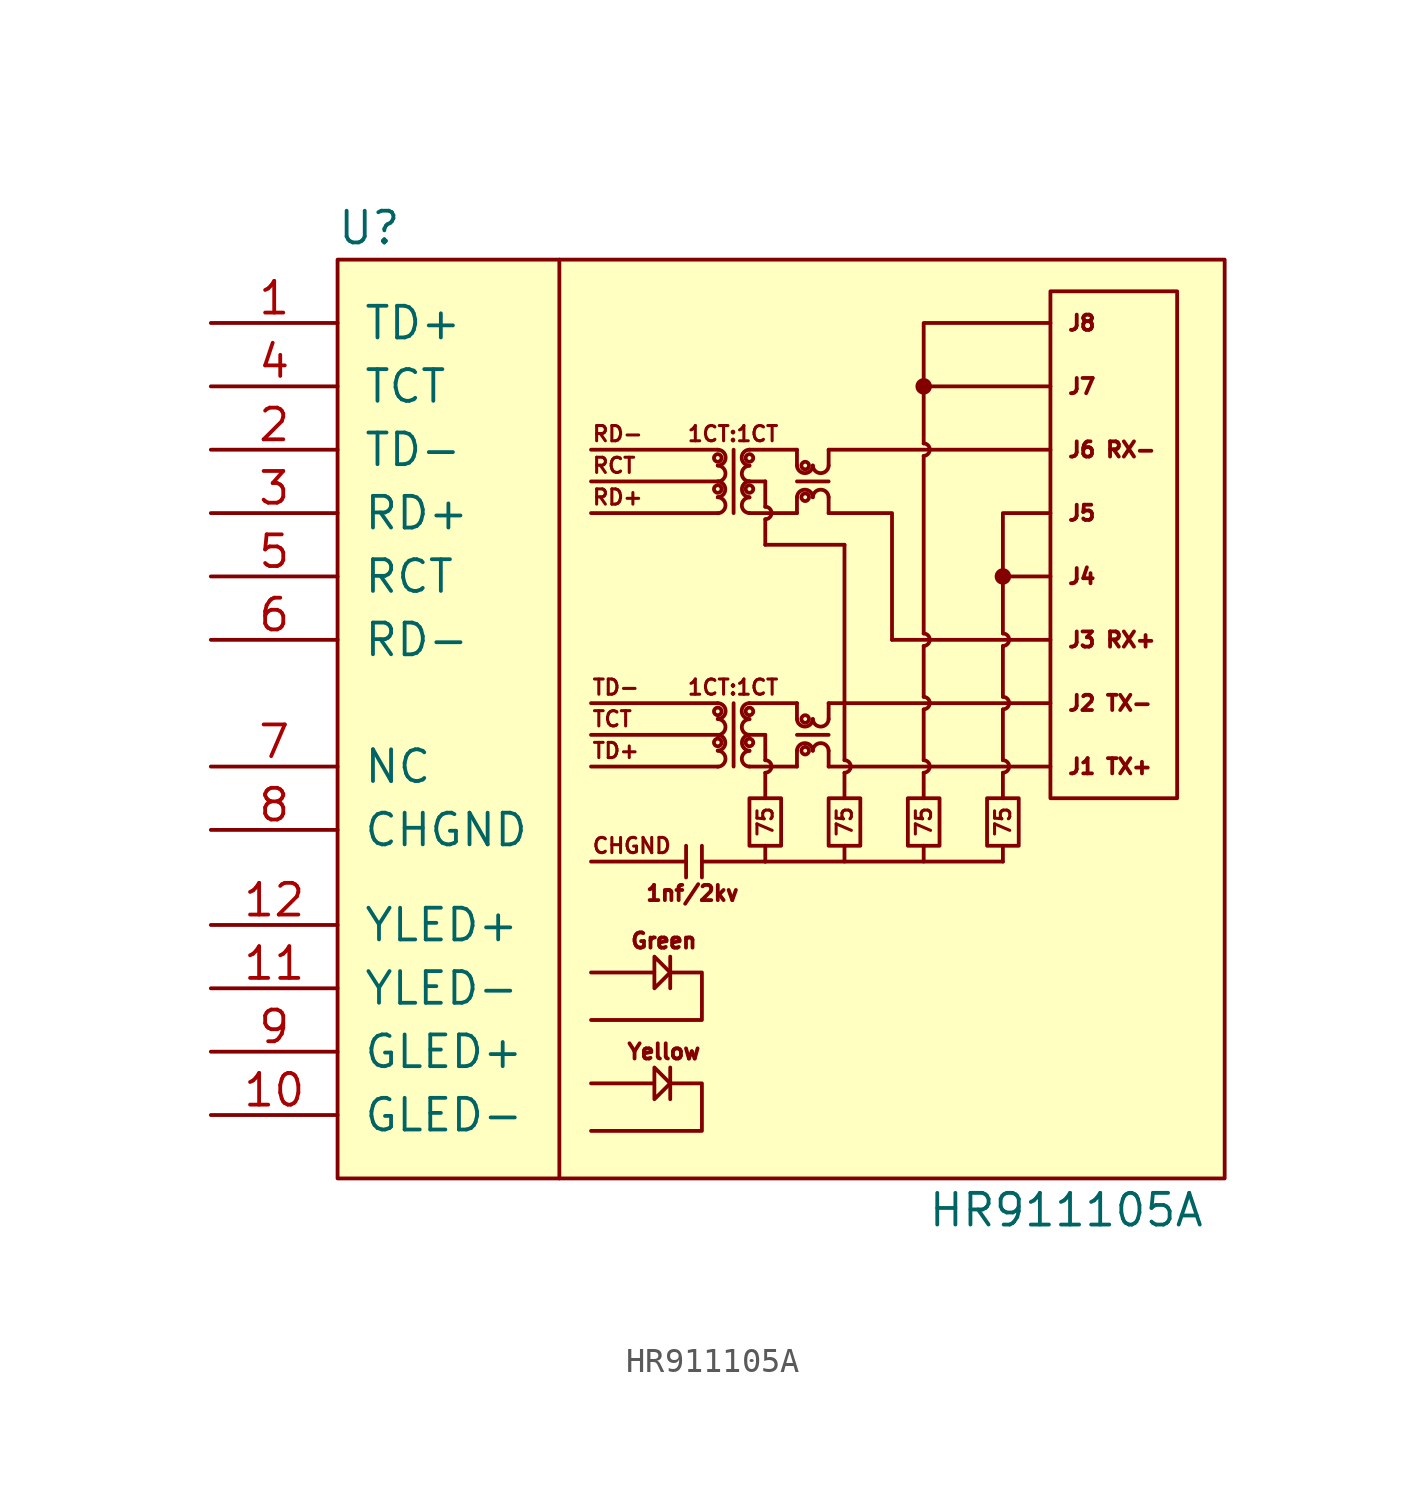
<source format=kicad_sym>
(kicad_symbol_lib
  (version 20211014)
  (generator kicad_symbol_editor)
  (symbol "HR911105A"
    (pin_names
      (offset 1.016))
    (property "Reference" "U"
      (at 1.27 1.27 0)
      (effects (font (size 1.27 1.27))))
    (property "Value" "HR911105A"
      (at 29.21 -38.1 0)
      (effects (font (size 1.27 1.27))))
    (symbol "HR911105A_0_0"
      (polyline (pts (xy 19.685 -20.32) (xy 28.575 -20.32)) (stroke (width 0) (type default) (color 0 0 0 0)) (fill (type none)))
      (polyline (pts (xy 20.32 -11.43) (xy 17.145 -11.43)) (stroke (width 0) (type default) (color 0 0 0 0)) (fill (type none)))
      (polyline (pts (xy 23.495 -18.034) (xy 23.495 -20.066)) (stroke (width 0) (type default) (color 0 0 0 0)) (fill (type none)))
      (polyline (pts (xy 23.495 -17.526) (xy 23.495 -15.494)) (stroke (width 0) (type default) (color 0 0 0 0)) (fill (type none)))
      (polyline (pts (xy 23.495 -14.986) (xy 23.495 -7.874)) (stroke (width 0) (type default) (color 0 0 0 0)) (fill (type none)))
      (polyline (pts (xy 26.67 -20.066) (xy 26.67 -18.034)) (stroke (width 0) (type default) (color 0 0 0 0)) (fill (type none)))
      (polyline (pts (xy 26.67 -17.526) (xy 26.67 -15.494)) (stroke (width 0) (type default) (color 0 0 0 0)) (fill (type none)))
      (polyline (pts (xy 26.67 -14.986) (xy 26.67 -12.7)) (stroke (width 0) (type default) (color 0 0 0 0)) (fill (type none)))
      (polyline (pts (xy 28.575 -15.24) (xy 22.225 -15.24)) (stroke (width 0) (type default) (color 0 0 0 0)) (fill (type none)))
      (polyline (pts (xy 28.575 -12.7) (xy 26.67 -12.7)) (stroke (width 0) (type default) (color 0 0 0 0)) (fill (type none)))
      (polyline (pts (xy 22.225 -15.24) (xy 22.225 -10.16) (xy 19.685 -10.16)) (stroke (width 0) (type default) (color 0 0 0 0)) (fill (type none)))
      (polyline (pts (xy 23.495 -7.366) (xy 23.495 -5.08) (xy 28.575 -5.08)) (stroke (width 0) (type default) (color 0 0 0 0)) (fill (type none)))
      (polyline (pts (xy 28.575 -10.16) (xy 26.67 -10.16) (xy 26.67 -12.7)) (stroke (width 0) (type default) (color 0 0 0 0)) (fill (type none)))
      (polyline (pts (xy 28.575 -2.54) (xy 23.495 -2.54) (xy 23.495 -5.08)) (stroke (width 0) (type default) (color 0 0 0 0)) (fill (type none)))
      (circle (center 23.495 -5.08) (radius 0.254) (stroke (width 0) (type default) (color 0 0 0 0)) (fill (type outline)))
      (circle (center 26.67 -12.7) (radius 0.254) (stroke (width 0) (type default) (color 0 0 0 0)) (fill (type outline)))
      (rectangle (start 28.575 -1.27) (end 33.655 -21.59) (stroke (width 0) (type default) (color 0 0 0 0)) (fill (type none)))
      (rectangle (start 35.56 0) (end 0 -36.83) (stroke (width 0) (type default) (color 0 0 0 0)) (fill (type background)))
      (text "1nf/2kv" (at 14.224 -25.4 0) (effects (font (size 0.61 0.61))))
      (text "75" (at 17.145 -22.53 900) (effects (font (size 0.61 0.61) bold)))
      (text "75" (at 20.32 -22.53 900) (effects (font (size 0.61 0.61) bold)))
      (text "75" (at 23.495 -22.53 900) (effects (font (size 0.61 0.61) bold)))
      (text "75" (at 26.67 -22.53 900) (effects (font (size 0.61 0.61) bold)))
      (text "Green" (at 13.081 -27.305 0) (effects (font (size 0.61 0.61))))
      (text "J1 TX+" (at 29.21 -20.32 0) (effects (font (size 0.61 0.61)) (justify left)))
      (text "J2 TX-" (at 29.21 -17.78 0) (effects (font (size 0.61 0.61)) (justify left)))
      (text "J3 RX+" (at 29.21 -15.24 0) (effects (font (size 0.61 0.61)) (justify left)))
      (text "J4" (at 29.21 -12.7 0) (effects (font (size 0.61 0.61)) (justify left)))
      (text "J5" (at 29.21 -10.16 0) (effects (font (size 0.61 0.61)) (justify left)))
      (text "J6 RX-" (at 29.21 -7.62 0) (effects (font (size 0.61 0.61)) (justify left)))
      (text "J7" (at 29.21 -5.08 0) (effects (font (size 0.61 0.61)) (justify left)))
      (text "J8" (at 29.21 -2.54 0) (effects (font (size 0.61 0.61)) (justify left)))
      (text "RD-" (at 10.16 -6.985 0) (effects (font (size 0.61 0.61) bold) (justify left)))
      (text "Yellow" (at 13.081 -31.75 0) (effects (font (size 0.61 0.61)))))
    (symbol "HR911105A_0_1"
      (polyline (pts (xy 8.89 -36.83) (xy 8.89 0)) (stroke (width 0) (type default) (color 0 0 0 0)) (fill (type none)))
      (polyline (pts (xy 10.16 -24.13) (xy 13.97 -24.13)) (stroke (width 0) (type default) (color 0 0 0 0)) (fill (type none)))
      (polyline (pts (xy 13.97 -23.495) (xy 13.97 -24.765)) (stroke (width 0) (type default) (color 0 0 0 0)) (fill (type none)))
      (polyline (pts (xy 14.605 -24.765) (xy 14.605 -23.495)) (stroke (width 0) (type default) (color 0 0 0 0)) (fill (type none)))
      (polyline (pts (xy 14.605 -24.13) (xy 17.145 -24.13)) (stroke (width 0) (type default) (color 0 0 0 0)) (fill (type none)))
      (polyline (pts (xy 15.24 -20.32) (xy 10.16 -20.32)) (stroke (width 0) (type default) (color 0 0 0 0)) (fill (type none)))
      (polyline (pts (xy 15.24 -19.05) (xy 10.16 -19.05)) (stroke (width 0) (type default) (color 0 0 0 0)) (fill (type none)))
      (polyline (pts (xy 15.24 -17.78) (xy 10.16 -17.78)) (stroke (width 0) (type default) (color 0 0 0 0)) (fill (type none)))
      (polyline (pts (xy 15.24 -10.16) (xy 10.16 -10.16)) (stroke (width 0) (type default) (color 0 0 0 0)) (fill (type none)))
      (polyline (pts (xy 15.24 -8.89) (xy 10.16 -8.89)) (stroke (width 0) (type default) (color 0 0 0 0)) (fill (type none)))
      (polyline (pts (xy 15.24 -7.62) (xy 10.16 -7.62)) (stroke (width 0) (type default) (color 0 0 0 0)) (fill (type none)))
      (polyline (pts (xy 15.875 -17.78) (xy 15.875 -20.32)) (stroke (width 0) (type default) (color 0 0 0 0)) (fill (type none)))
      (polyline (pts (xy 15.875 -7.62) (xy 15.875 -10.16)) (stroke (width 0) (type default) (color 0 0 0 0)) (fill (type none)))
      (polyline (pts (xy 16.51 -20.32) (xy 18.415 -20.32)) (stroke (width 0) (type default) (color 0 0 0 0)) (fill (type none)))
      (polyline (pts (xy 16.51 -19.05) (xy 17.145 -19.05)) (stroke (width 0) (type default) (color 0 0 0 0)) (fill (type none)))
      (polyline (pts (xy 16.51 -17.78) (xy 18.415 -17.78)) (stroke (width 0) (type default) (color 0 0 0 0)) (fill (type none)))
      (polyline (pts (xy 16.51 -10.16) (xy 18.415 -10.16)) (stroke (width 0) (type default) (color 0 0 0 0)) (fill (type none)))
      (polyline (pts (xy 16.51 -8.89) (xy 17.145 -8.89)) (stroke (width 0) (type default) (color 0 0 0 0)) (fill (type none)))
      (polyline (pts (xy 16.51 -7.62) (xy 18.415 -7.62)) (stroke (width 0) (type default) (color 0 0 0 0)) (fill (type none)))
      (polyline (pts (xy 17.145 -24.13) (xy 17.145 -23.495)) (stroke (width 0) (type default) (color 0 0 0 0)) (fill (type none)))
      (polyline (pts (xy 17.145 -24.13) (xy 26.67 -24.13)) (stroke (width 0) (type default) (color 0 0 0 0)) (fill (type none)))
      (polyline (pts (xy 17.145 -20.574) (xy 17.145 -21.59)) (stroke (width 0) (type default) (color 0 0 0 0)) (fill (type none)))
      (polyline (pts (xy 17.145 -20.066) (xy 17.145 -19.05)) (stroke (width 0) (type default) (color 0 0 0 0)) (fill (type none)))
      (polyline (pts (xy 17.145 -10.414) (xy 17.145 -11.43)) (stroke (width 0) (type default) (color 0 0 0 0)) (fill (type none)))
      (polyline (pts (xy 17.145 -9.906) (xy 17.145 -8.89)) (stroke (width 0) (type default) (color 0 0 0 0)) (fill (type none)))
      (polyline (pts (xy 20.32 -24.13) (xy 20.32 -23.495)) (stroke (width 0) (type default) (color 0 0 0 0)) (fill (type none)))
      (polyline (pts (xy 20.32 -20.574) (xy 20.32 -21.59)) (stroke (width 0) (type default) (color 0 0 0 0)) (fill (type none)))
      (polyline (pts (xy 20.32 -20.066) (xy 20.32 -11.43)) (stroke (width 0) (type default) (color 0 0 0 0)) (fill (type none)))
      (polyline (pts (xy 23.495 -24.13) (xy 23.495 -23.495)) (stroke (width 0) (type default) (color 0 0 0 0)) (fill (type none)))
      (polyline (pts (xy 23.495 -20.574) (xy 23.495 -21.59)) (stroke (width 0) (type default) (color 0 0 0 0)) (fill (type none)))
      (polyline (pts (xy 26.67 -24.13) (xy 26.67 -23.495)) (stroke (width 0) (type default) (color 0 0 0 0)) (fill (type none)))
      (polyline (pts (xy 26.67 -20.574) (xy 26.67 -21.59)) (stroke (width 0) (type default) (color 0 0 0 0)) (fill (type none)))
      (polyline (pts (xy 16.51 -23.495) (xy 17.78 -23.495) (xy 17.78 -21.59) (xy 16.51 -21.59) (xy 16.51 -23.495)) (stroke (width 0) (type default) (color 0 0 0 0)) (fill (type none)))
      (polyline (pts (xy 19.685 -23.495) (xy 20.955 -23.495) (xy 20.955 -21.59) (xy 19.685 -21.59) (xy 19.685 -23.495)) (stroke (width 0) (type default) (color 0 0 0 0)) (fill (type none)))
      (polyline (pts (xy 22.86 -23.495) (xy 24.13 -23.495) (xy 24.13 -21.59) (xy 22.86 -21.59) (xy 22.86 -23.495)) (stroke (width 0) (type default) (color 0 0 0 0)) (fill (type none)))
      (polyline (pts (xy 26.035 -23.495) (xy 27.305 -23.495) (xy 27.305 -21.59) (xy 26.035 -21.59) (xy 26.035 -23.495)) (stroke (width 0) (type default) (color 0 0 0 0)) (fill (type none)))
      (arc (start 15.24 -20.32) (mid 15.5705 -20.0025) (end 15.24 -19.685) (stroke (width 0) (type default) (color 0 0 0 0)) (fill (type none)))
      (arc (start 15.24 -19.685) (mid 15.5705 -19.3675) (end 15.24 -19.05) (stroke (width 0) (type default) (color 0 0 0 0)) (fill (type none)))
      (arc (start 15.24 -19.05) (mid 15.5451 -18.7325) (end 15.24 -18.415) (stroke (width 0) (type default) (color 0 0 0 0)) (fill (type none)))
      (arc (start 15.24 -18.415) (mid 15.5451 -18.0975) (end 15.24 -17.78) (stroke (width 0) (type default) (color 0 0 0 0)) (fill (type none)))
      (arc (start 15.24 -10.16) (mid 15.5705 -9.8425) (end 15.24 -9.525) (stroke (width 0) (type default) (color 0 0 0 0)) (fill (type none)))
      (arc (start 15.24 -9.525) (mid 15.5705 -9.2075) (end 15.24 -8.89) (stroke (width 0) (type default) (color 0 0 0 0)) (fill (type none)))
      (arc (start 15.24 -8.89) (mid 15.5451 -8.5725) (end 15.24 -8.255) (stroke (width 0) (type default) (color 0 0 0 0)) (fill (type none)))
      (arc (start 15.24 -8.255) (mid 15.5451 -7.9375) (end 15.24 -7.62) (stroke (width 0) (type default) (color 0 0 0 0)) (fill (type none)))
      (arc (start 16.51 -19.685) (mid 16.2049 -20.0025) (end 16.51 -20.32) (stroke (width 0) (type default) (color 0 0 0 0)) (fill (type none)))
      (arc (start 16.51 -19.05) (mid 16.2049 -19.3675) (end 16.51 -19.685) (stroke (width 0) (type default) (color 0 0 0 0)) (fill (type none)))
      (arc (start 16.51 -18.415) (mid 16.1795 -18.7325) (end 16.51 -19.05) (stroke (width 0) (type default) (color 0 0 0 0)) (fill (type none)))
      (circle (center 16.51 -18.11) (radius 0.076) (stroke (width 0) (type default) (color 0 0 0 0)) (fill (type none)))
      (arc (start 16.51 -17.78) (mid 16.1795 -18.0975) (end 16.51 -18.415) (stroke (width 0) (type default) (color 0 0 0 0)) (fill (type none)))
      (arc (start 16.51 -9.525) (mid 16.2049 -9.8425) (end 16.51 -10.16) (stroke (width 0) (type default) (color 0 0 0 0)) (fill (type none)))
      (arc (start 16.51 -8.89) (mid 16.2049 -9.2075) (end 16.51 -9.525) (stroke (width 0) (type default) (color 0 0 0 0)) (fill (type none)))
      (arc (start 16.51 -8.255) (mid 16.1795 -8.5725) (end 16.51 -8.89) (stroke (width 0) (type default) (color 0 0 0 0)) (fill (type none)))
      (circle (center 16.51 -7.95) (radius 0.076) (stroke (width 0) (type default) (color 0 0 0 0)) (fill (type none)))
      (arc (start 16.51 -7.62) (mid 16.1795 -7.9375) (end 16.51 -8.255) (stroke (width 0) (type default) (color 0 0 0 0)) (fill (type none)))
      (arc (start 17.145 -20.574) (mid 17.399 -20.32) (end 17.145 -20.066) (stroke (width 0) (type default) (color 0 0 0 0)) (fill (type none)))
      (arc (start 17.145 -10.414) (mid 17.399 -10.16) (end 17.145 -9.906) (stroke (width 0) (type default) (color 0 0 0 0)) (fill (type none)))
      (arc (start 20.32 -20.574) (mid 20.574 -20.32) (end 20.32 -20.066) (stroke (width 0) (type default) (color 0 0 0 0)) (fill (type none)))
      (arc (start 23.495 -20.574) (mid 23.749 -20.32) (end 23.495 -20.066) (stroke (width 0) (type default) (color 0 0 0 0)) (fill (type none)))
      (arc (start 23.495 -18.034) (mid 23.749 -17.78) (end 23.495 -17.526) (stroke (width 0) (type default) (color 0 0 0 0)) (fill (type none)))
      (arc (start 23.495 -15.494) (mid 23.749 -15.24) (end 23.495 -14.986) (stroke (width 0) (type default) (color 0 0 0 0)) (fill (type none)))
      (arc (start 23.495 -7.874) (mid 23.749 -7.62) (end 23.495 -7.366) (stroke (width 0) (type default) (color 0 0 0 0)) (fill (type none)))
      (arc (start 26.67 -20.574) (mid 26.924 -20.32) (end 26.67 -20.066) (stroke (width 0) (type default) (color 0 0 0 0)) (fill (type none)))
      (arc (start 26.67 -18.034) (mid 26.924 -17.78) (end 26.67 -17.526) (stroke (width 0) (type default) (color 0 0 0 0)) (fill (type none)))
      (arc (start 26.67 -15.494) (mid 26.924 -15.24) (end 26.67 -14.986) (stroke (width 0) (type default) (color 0 0 0 0)) (fill (type none))))
    (symbol "HR911105A_1_1"
      (polyline (pts (xy 13.335 -32.385) (xy 13.335 -33.655)) (stroke (width 0) (type default) (color 0 0 0 0)) (fill (type none)))
      (polyline (pts (xy 13.335 -27.94) (xy 13.335 -29.21)) (stroke (width 0) (type default) (color 0 0 0 0)) (fill (type none)))
      (polyline (pts (xy 18.415 -19.685) (xy 18.415 -20.32)) (stroke (width 0) (type default) (color 0 0 0 0)) (fill (type none)))
      (polyline (pts (xy 18.415 -19.05) (xy 19.685 -19.05)) (stroke (width 0) (type default) (color 0 0 0 0)) (fill (type none)))
      (polyline (pts (xy 18.415 -18.415) (xy 18.415 -17.78)) (stroke (width 0) (type default) (color 0 0 0 0)) (fill (type none)))
      (polyline (pts (xy 18.415 -9.525) (xy 18.415 -10.16)) (stroke (width 0) (type default) (color 0 0 0 0)) (fill (type none)))
      (polyline (pts (xy 18.415 -8.89) (xy 19.685 -8.89)) (stroke (width 0) (type default) (color 0 0 0 0)) (fill (type none)))
      (polyline (pts (xy 18.415 -8.255) (xy 18.415 -7.62)) (stroke (width 0) (type default) (color 0 0 0 0)) (fill (type none)))
      (polyline (pts (xy 19.685 -19.685) (xy 19.685 -20.32)) (stroke (width 0) (type default) (color 0 0 0 0)) (fill (type none)))
      (polyline (pts (xy 19.685 -18.415) (xy 19.685 -17.78)) (stroke (width 0) (type default) (color 0 0 0 0)) (fill (type none)))
      (polyline (pts (xy 19.685 -9.525) (xy 19.685 -10.16)) (stroke (width 0) (type default) (color 0 0 0 0)) (fill (type none)))
      (polyline (pts (xy 19.685 -8.255) (xy 19.685 -7.62)) (stroke (width 0) (type default) (color 0 0 0 0)) (fill (type none)))
      (polyline (pts (xy 20.701 -17.78) (xy 28.575 -17.78) (xy 19.685 -17.78)) (stroke (width 0) (type default) (color 0 0 0 0)) (fill (type none)))
      (polyline (pts (xy 20.701 -7.62) (xy 28.575 -7.62) (xy 19.685 -7.62)) (stroke (width 0) (type default) (color 0 0 0 0)) (fill (type none)))
      (polyline (pts (xy 13.335 -33.02) (xy 14.605 -33.02) (xy 14.605 -34.925) (xy 10.16 -34.925)) (stroke (width 0) (type default) (color 0 0 0 0)) (fill (type none)))
      (polyline (pts (xy 13.335 -28.575) (xy 14.605 -28.575) (xy 14.605 -30.48) (xy 10.16 -30.48)) (stroke (width 0) (type default) (color 0 0 0 0)) (fill (type none)))
      (polyline (pts (xy 10.16 -33.02) (xy 12.7 -33.02) (xy 12.7 -32.385) (xy 13.335 -33.02) (xy 12.7 -33.655) (xy 12.7 -33.02)) (stroke (width 0) (type default) (color 0 0 0 0)) (fill (type none)))
      (polyline (pts (xy 10.16 -28.575) (xy 12.7 -28.575) (xy 12.7 -27.94) (xy 13.335 -28.575) (xy 12.7 -29.21) (xy 12.7 -28.575)) (stroke (width 0) (type default) (color 0 0 0 0)) (fill (type none)))
      (circle (center 15.24 -19.355) (radius 0.076) (stroke (width 0) (type default) (color 0 0 0 0)) (fill (type none)))
      (circle (center 15.24 -18.11) (radius 0.076) (stroke (width 0) (type default) (color 0 0 0 0)) (fill (type none)))
      (circle (center 15.24 -9.195) (radius 0.076) (stroke (width 0) (type default) (color 0 0 0 0)) (fill (type none)))
      (circle (center 15.24 -7.95) (radius 0.076) (stroke (width 0) (type default) (color 0 0 0 0)) (fill (type none)))
      (circle (center 16.51 -19.355) (radius 0.076) (stroke (width 0) (type default) (color 0 0 0 0)) (fill (type none)))
      (circle (center 16.51 -9.195) (radius 0.076) (stroke (width 0) (type default) (color 0 0 0 0)) (fill (type none)))
      (arc (start 18.415 -18.415) (mid 18.7325 -18.7455) (end 19.05 -18.415) (stroke (width 0) (type default) (color 0 0 0 0)) (fill (type none)))
      (arc (start 18.415 -8.255) (mid 18.7325 -8.5855) (end 19.05 -8.255) (stroke (width 0) (type default) (color 0 0 0 0)) (fill (type none)))
      (circle (center 18.745 -19.685) (radius 0.076) (stroke (width 0) (type default) (color 0 0 0 0)) (fill (type none)))
      (circle (center 18.745 -18.415) (radius 0.076) (stroke (width 0) (type default) (color 0 0 0 0)) (fill (type none)))
      (circle (center 18.745 -9.525) (radius 0.076) (stroke (width 0) (type default) (color 0 0 0 0)) (fill (type none)))
      (circle (center 18.745 -8.255) (radius 0.076) (stroke (width 0) (type default) (color 0 0 0 0)) (fill (type none)))
      (arc (start 19.05 -19.685) (mid 18.7325 -19.3799) (end 18.415 -19.685) (stroke (width 0) (type default) (color 0 0 0 0)) (fill (type none)))
      (arc (start 19.05 -18.415) (mid 19.3675 -18.7455) (end 19.685 -18.415) (stroke (width 0) (type default) (color 0 0 0 0)) (fill (type none)))
      (arc (start 19.05 -9.525) (mid 18.7325 -9.2199) (end 18.415 -9.525) (stroke (width 0) (type default) (color 0 0 0 0)) (fill (type none)))
      (arc (start 19.05 -8.255) (mid 19.3675 -8.5855) (end 19.685 -8.255) (stroke (width 0) (type default) (color 0 0 0 0)) (fill (type none)))
      (arc (start 19.685 -19.685) (mid 19.3675 -19.3799) (end 19.05 -19.685) (stroke (width 0) (type default) (color 0 0 0 0)) (fill (type none)))
      (arc (start 19.685 -9.525) (mid 19.3675 -9.2199) (end 19.05 -9.525) (stroke (width 0) (type default) (color 0 0 0 0)) (fill (type none)))
      (text "1CT:1CT" (at 13.97 -17.145 0) (effects (font (size 0.61 0.61) bold) (justify left)))
      (text "1CT:1CT" (at 13.97 -6.985 0) (effects (font (size 0.61 0.61) bold) (justify left)))
      (text "CHGND" (at 10.16 -23.495 0) (effects (font (size 0.61 0.61) bold) (justify left)))
      (text "RCT" (at 10.16 -8.255 0) (effects (font (size 0.61 0.61) bold) (justify left)))
      (text "RD+" (at 10.16 -9.525 0) (effects (font (size 0.61 0.61) bold) (justify left)))
      (text "TCT" (at 10.16 -18.415 0) (effects (font (size 0.61 0.61) bold) (justify left)))
      (text "TD+" (at 10.16 -19.685 0) (effects (font (size 0.61 0.61) bold) (justify left)))
      (text "TD-" (at 10.16 -17.145 0) (effects (font (size 0.61 0.61) bold) (justify left)))
      (pin input line (at -5.08 -2.54 0) (length 5.08) (name "TD+" (effects (font (size 1.27 1.27)))) (number "1" (effects (font (size 1.27 1.27)))))
      (pin input line (at -5.08 -34.29 0) (length 5.08) (name "GLED-" (effects (font (size 1.27 1.27)))) (number "10" (effects (font (size 1.27 1.27)))))
      (pin input line (at -5.08 -29.21 0) (length 5.08) (name "YLED-" (effects (font (size 1.27 1.27)))) (number "11" (effects (font (size 1.27 1.27)))))
      (pin input line (at -5.08 -26.67 0) (length 5.08) (name "YLED+" (effects (font (size 1.27 1.27)))) (number "12" (effects (font (size 1.27 1.27)))))
      (pin input line (at -5.08 -7.62 0) (length 5.08) (name "TD-" (effects (font (size 1.27 1.27)))) (number "2" (effects (font (size 1.27 1.27)))))
      (pin input line (at -5.08 -10.16 0) (length 5.08) (name "RD+" (effects (font (size 1.27 1.27)))) (number "3" (effects (font (size 1.27 1.27)))))
      (pin input line (at -5.08 -5.08 0) (length 5.08) (name "TCT" (effects (font (size 1.27 1.27)))) (number "4" (effects (font (size 1.27 1.27)))))
      (pin input line (at -5.08 -12.7 0) (length 5.08) (name "RCT" (effects (font (size 1.27 1.27)))) (number "5" (effects (font (size 1.27 1.27)))))
      (pin input line (at -5.08 -15.24 0) (length 5.08) (name "RD-" (effects (font (size 1.27 1.27)))) (number "6" (effects (font (size 1.27 1.27)))))
      (pin input line (at -5.08 -20.32 0) (length 5.08) (name "NC" (effects (font (size 1.27 1.27)))) (number "7" (effects (font (size 1.27 1.27)))))
      (pin input line (at -5.08 -22.86 0) (length 5.08) (name "CHGND" (effects (font (size 1.27 1.27)))) (number "8" (effects (font (size 1.27 1.27)))))
      (pin input line (at -5.08 -31.75 0) (length 5.08) (name "GLED+" (effects (font (size 1.27 1.27)))) (number "9" (effects (font (size 1.27 1.27))))))))
</source>
